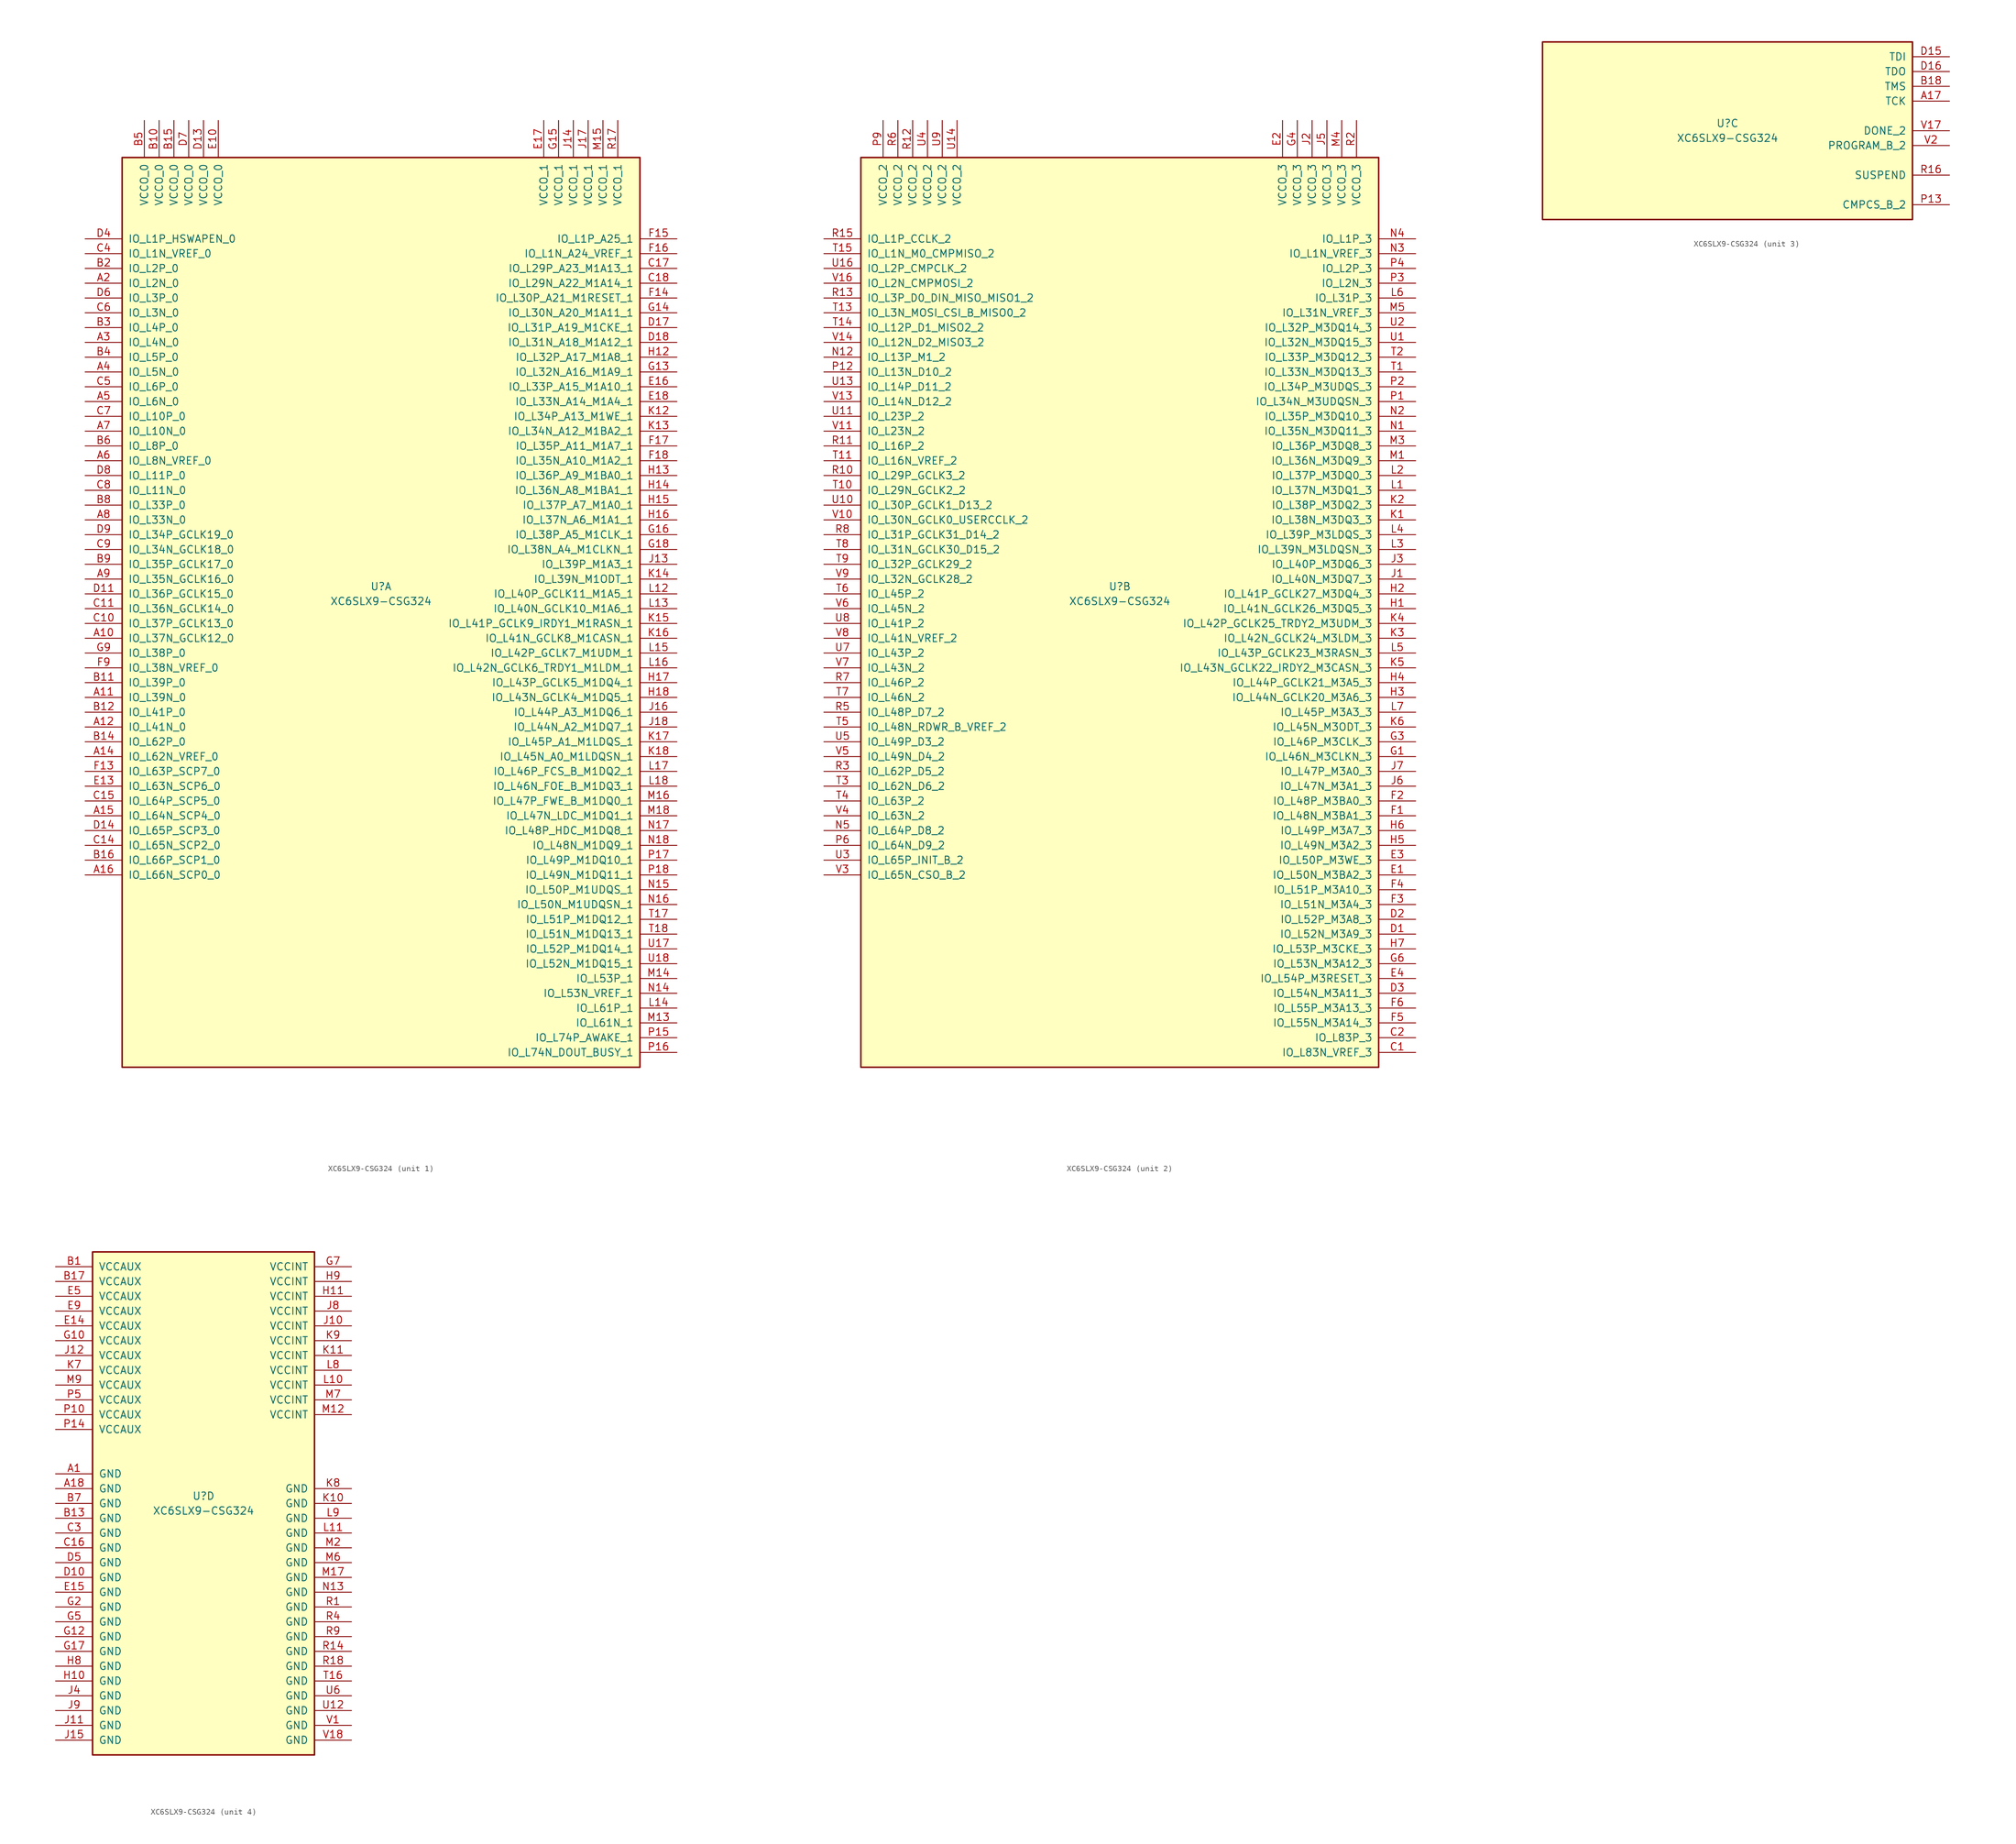
<source format=kicad_sym>
(kicad_symbol_lib
  (version 20201005)
  (generator kicad_symbol_editor)
  (symbol "XC6SLX9-CSG324"
    (pin_names
      (offset 1.016))
    (property "Reference" "U"
      (at 0 1.27 0)
      (effects (font (size 1.27 1.27))))
    (property "Value" "XC6SLX9-CSG324"
      (at 0 -1.27 0)
      (effects (font (size 1.27 1.27))))
    (property "Datasheet" ""
      (at 0 0 0)
      (effects (font (size 1.27 1.27))))
    (property "ki_locked" ""
      (at 0 0 0)
      (effects (font (size 1.27 1.27))))
    (symbol "XC6SLX9-CSG324_1_1"
      (rectangle (start -44.45 74.93) (end 44.45 -81.28) (stroke (width 0.254)) (fill (type background)))
      (pin bidirectional line (at -50.8 -7.62 0) (length 6.35) (name "IO_L37N_GCLK12_0" (effects (font (size 1.27 1.27)))) (number "A10" (effects (font (size 1.27 1.27)))))
      (pin bidirectional line (at -50.8 -17.78 0) (length 6.35) (name "IO_L39N_0" (effects (font (size 1.27 1.27)))) (number "A11" (effects (font (size 1.27 1.27)))))
      (pin bidirectional line (at -50.8 -22.86 0) (length 6.35) (name "IO_L41N_0" (effects (font (size 1.27 1.27)))) (number "A12" (effects (font (size 1.27 1.27)))))
      (pin bidirectional line (at -50.8 -27.94 0) (length 6.35) (name "IO_L62N_VREF_0" (effects (font (size 1.27 1.27)))) (number "A14" (effects (font (size 1.27 1.27)))))
      (pin bidirectional line (at -50.8 -38.1 0) (length 6.35) (name "IO_L64N_SCP4_0" (effects (font (size 1.27 1.27)))) (number "A15" (effects (font (size 1.27 1.27)))))
      (pin bidirectional line (at -50.8 -48.26 0) (length 6.35) (name "IO_L66N_SCP0_0" (effects (font (size 1.27 1.27)))) (number "A16" (effects (font (size 1.27 1.27)))))
      (pin bidirectional line (at -50.8 53.34 0) (length 6.35) (name "IO_L2N_0" (effects (font (size 1.27 1.27)))) (number "A2" (effects (font (size 1.27 1.27)))))
      (pin bidirectional line (at -50.8 43.18 0) (length 6.35) (name "IO_L4N_0" (effects (font (size 1.27 1.27)))) (number "A3" (effects (font (size 1.27 1.27)))))
      (pin bidirectional line (at -50.8 38.1 0) (length 6.35) (name "IO_L5N_0" (effects (font (size 1.27 1.27)))) (number "A4" (effects (font (size 1.27 1.27)))))
      (pin bidirectional line (at -50.8 33.02 0) (length 6.35) (name "IO_L6N_0" (effects (font (size 1.27 1.27)))) (number "A5" (effects (font (size 1.27 1.27)))))
      (pin bidirectional line (at -50.8 22.86 0) (length 6.35) (name "IO_L8N_VREF_0" (effects (font (size 1.27 1.27)))) (number "A6" (effects (font (size 1.27 1.27)))))
      (pin bidirectional line (at -50.8 27.94 0) (length 6.35) (name "IO_L10N_0" (effects (font (size 1.27 1.27)))) (number "A7" (effects (font (size 1.27 1.27)))))
      (pin bidirectional line (at -50.8 12.7 0) (length 6.35) (name "IO_L33N_0" (effects (font (size 1.27 1.27)))) (number "A8" (effects (font (size 1.27 1.27)))))
      (pin bidirectional line (at -50.8 2.54 0) (length 6.35) (name "IO_L35N_GCLK16_0" (effects (font (size 1.27 1.27)))) (number "A9" (effects (font (size 1.27 1.27)))))
      (pin power_in line (at -38.1 81.28 270) (length 6.35) (name "VCCO_0" (effects (font (size 1.27 1.27)))) (number "B10" (effects (font (size 1.27 1.27)))))
      (pin bidirectional line (at -50.8 -15.24 0) (length 6.35) (name "IO_L39P_0" (effects (font (size 1.27 1.27)))) (number "B11" (effects (font (size 1.27 1.27)))))
      (pin bidirectional line (at -50.8 -20.32 0) (length 6.35) (name "IO_L41P_0" (effects (font (size 1.27 1.27)))) (number "B12" (effects (font (size 1.27 1.27)))))
      (pin bidirectional line (at -50.8 -25.4 0) (length 6.35) (name "IO_L62P_0" (effects (font (size 1.27 1.27)))) (number "B14" (effects (font (size 1.27 1.27)))))
      (pin power_in line (at -35.56 81.28 270) (length 6.35) (name "VCCO_0" (effects (font (size 1.27 1.27)))) (number "B15" (effects (font (size 1.27 1.27)))))
      (pin bidirectional line (at -50.8 -45.72 0) (length 6.35) (name "IO_L66P_SCP1_0" (effects (font (size 1.27 1.27)))) (number "B16" (effects (font (size 1.27 1.27)))))
      (pin bidirectional line (at -50.8 55.88 0) (length 6.35) (name "IO_L2P_0" (effects (font (size 1.27 1.27)))) (number "B2" (effects (font (size 1.27 1.27)))))
      (pin bidirectional line (at -50.8 45.72 0) (length 6.35) (name "IO_L4P_0" (effects (font (size 1.27 1.27)))) (number "B3" (effects (font (size 1.27 1.27)))))
      (pin bidirectional line (at -50.8 40.64 0) (length 6.35) (name "IO_L5P_0" (effects (font (size 1.27 1.27)))) (number "B4" (effects (font (size 1.27 1.27)))))
      (pin power_in line (at -40.64 81.28 270) (length 6.35) (name "VCCO_0" (effects (font (size 1.27 1.27)))) (number "B5" (effects (font (size 1.27 1.27)))))
      (pin bidirectional line (at -50.8 25.4 0) (length 6.35) (name "IO_L8P_0" (effects (font (size 1.27 1.27)))) (number "B6" (effects (font (size 1.27 1.27)))))
      (pin bidirectional line (at -50.8 15.24 0) (length 6.35) (name "IO_L33P_0" (effects (font (size 1.27 1.27)))) (number "B8" (effects (font (size 1.27 1.27)))))
      (pin bidirectional line (at -50.8 5.08 0) (length 6.35) (name "IO_L35P_GCLK17_0" (effects (font (size 1.27 1.27)))) (number "B9" (effects (font (size 1.27 1.27)))))
      (pin bidirectional line (at -50.8 -5.08 0) (length 6.35) (name "IO_L37P_GCLK13_0" (effects (font (size 1.27 1.27)))) (number "C10" (effects (font (size 1.27 1.27)))))
      (pin bidirectional line (at -50.8 -2.54 0) (length 6.35) (name "IO_L36N_GCLK14_0" (effects (font (size 1.27 1.27)))) (number "C11" (effects (font (size 1.27 1.27)))))
      (pin bidirectional line (at -50.8 -43.18 0) (length 6.35) (name "IO_L65N_SCP2_0" (effects (font (size 1.27 1.27)))) (number "C14" (effects (font (size 1.27 1.27)))))
      (pin bidirectional line (at -50.8 -35.56 0) (length 6.35) (name "IO_L64P_SCP5_0" (effects (font (size 1.27 1.27)))) (number "C15" (effects (font (size 1.27 1.27)))))
      (pin bidirectional line (at 50.8 55.88 180) (length 6.35) (name "IO_L29P_A23_M1A13_1" (effects (font (size 1.27 1.27)))) (number "C17" (effects (font (size 1.27 1.27)))))
      (pin bidirectional line (at 50.8 53.34 180) (length 6.35) (name "IO_L29N_A22_M1A14_1" (effects (font (size 1.27 1.27)))) (number "C18" (effects (font (size 1.27 1.27)))))
      (pin bidirectional line (at -50.8 58.42 0) (length 6.35) (name "IO_L1N_VREF_0" (effects (font (size 1.27 1.27)))) (number "C4" (effects (font (size 1.27 1.27)))))
      (pin bidirectional line (at -50.8 35.56 0) (length 6.35) (name "IO_L6P_0" (effects (font (size 1.27 1.27)))) (number "C5" (effects (font (size 1.27 1.27)))))
      (pin bidirectional line (at -50.8 48.26 0) (length 6.35) (name "IO_L3N_0" (effects (font (size 1.27 1.27)))) (number "C6" (effects (font (size 1.27 1.27)))))
      (pin bidirectional line (at -50.8 30.48 0) (length 6.35) (name "IO_L10P_0" (effects (font (size 1.27 1.27)))) (number "C7" (effects (font (size 1.27 1.27)))))
      (pin bidirectional line (at -50.8 17.78 0) (length 6.35) (name "IO_L11N_0" (effects (font (size 1.27 1.27)))) (number "C8" (effects (font (size 1.27 1.27)))))
      (pin bidirectional line (at -50.8 7.62 0) (length 6.35) (name "IO_L34N_GCLK18_0" (effects (font (size 1.27 1.27)))) (number "C9" (effects (font (size 1.27 1.27)))))
      (pin bidirectional line (at -50.8 0 0) (length 6.35) (name "IO_L36P_GCLK15_0" (effects (font (size 1.27 1.27)))) (number "D11" (effects (font (size 1.27 1.27)))))
      (pin power_in line (at -30.48 81.28 270) (length 6.35) (name "VCCO_0" (effects (font (size 1.27 1.27)))) (number "D13" (effects (font (size 1.27 1.27)))))
      (pin bidirectional line (at -50.8 -40.64 0) (length 6.35) (name "IO_L65P_SCP3_0" (effects (font (size 1.27 1.27)))) (number "D14" (effects (font (size 1.27 1.27)))))
      (pin bidirectional line (at 50.8 45.72 180) (length 6.35) (name "IO_L31P_A19_M1CKE_1" (effects (font (size 1.27 1.27)))) (number "D17" (effects (font (size 1.27 1.27)))))
      (pin bidirectional line (at 50.8 43.18 180) (length 6.35) (name "IO_L31N_A18_M1A12_1" (effects (font (size 1.27 1.27)))) (number "D18" (effects (font (size 1.27 1.27)))))
      (pin bidirectional line (at -50.8 60.96 0) (length 6.35) (name "IO_L1P_HSWAPEN_0" (effects (font (size 1.27 1.27)))) (number "D4" (effects (font (size 1.27 1.27)))))
      (pin bidirectional line (at -50.8 50.8 0) (length 6.35) (name "IO_L3P_0" (effects (font (size 1.27 1.27)))) (number "D6" (effects (font (size 1.27 1.27)))))
      (pin power_in line (at -33.02 81.28 270) (length 6.35) (name "VCCO_0" (effects (font (size 1.27 1.27)))) (number "D7" (effects (font (size 1.27 1.27)))))
      (pin bidirectional line (at -50.8 20.32 0) (length 6.35) (name "IO_L11P_0" (effects (font (size 1.27 1.27)))) (number "D8" (effects (font (size 1.27 1.27)))))
      (pin bidirectional line (at -50.8 10.16 0) (length 6.35) (name "IO_L34P_GCLK19_0" (effects (font (size 1.27 1.27)))) (number "D9" (effects (font (size 1.27 1.27)))))
      (pin power_in line (at -27.94 81.28 270) (length 6.35) (name "VCCO_0" (effects (font (size 1.27 1.27)))) (number "E10" (effects (font (size 1.27 1.27)))))
      (pin bidirectional line (at -50.8 -33.02 0) (length 6.35) (name "IO_L63N_SCP6_0" (effects (font (size 1.27 1.27)))) (number "E13" (effects (font (size 1.27 1.27)))))
      (pin bidirectional line (at 50.8 35.56 180) (length 6.35) (name "IO_L33P_A15_M1A10_1" (effects (font (size 1.27 1.27)))) (number "E16" (effects (font (size 1.27 1.27)))))
      (pin power_in line (at 27.94 81.28 270) (length 6.35) (name "VCCO_1" (effects (font (size 1.27 1.27)))) (number "E17" (effects (font (size 1.27 1.27)))))
      (pin bidirectional line (at 50.8 33.02 180) (length 6.35) (name "IO_L33N_A14_M1A4_1" (effects (font (size 1.27 1.27)))) (number "E18" (effects (font (size 1.27 1.27)))))
      (pin bidirectional line (at -50.8 -30.48 0) (length 6.35) (name "IO_L63P_SCP7_0" (effects (font (size 1.27 1.27)))) (number "F13" (effects (font (size 1.27 1.27)))))
      (pin bidirectional line (at 50.8 50.8 180) (length 6.35) (name "IO_L30P_A21_M1RESET_1" (effects (font (size 1.27 1.27)))) (number "F14" (effects (font (size 1.27 1.27)))))
      (pin bidirectional line (at 50.8 60.96 180) (length 6.35) (name "IO_L1P_A25_1" (effects (font (size 1.27 1.27)))) (number "F15" (effects (font (size 1.27 1.27)))))
      (pin bidirectional line (at 50.8 58.42 180) (length 6.35) (name "IO_L1N_A24_VREF_1" (effects (font (size 1.27 1.27)))) (number "F16" (effects (font (size 1.27 1.27)))))
      (pin bidirectional line (at 50.8 25.4 180) (length 6.35) (name "IO_L35P_A11_M1A7_1" (effects (font (size 1.27 1.27)))) (number "F17" (effects (font (size 1.27 1.27)))))
      (pin bidirectional line (at 50.8 22.86 180) (length 6.35) (name "IO_L35N_A10_M1A2_1" (effects (font (size 1.27 1.27)))) (number "F18" (effects (font (size 1.27 1.27)))))
      (pin bidirectional line (at -50.8 -12.7 0) (length 6.35) (name "IO_L38N_VREF_0" (effects (font (size 1.27 1.27)))) (number "F9" (effects (font (size 1.27 1.27)))))
      (pin bidirectional line (at 50.8 38.1 180) (length 6.35) (name "IO_L32N_A16_M1A9_1" (effects (font (size 1.27 1.27)))) (number "G13" (effects (font (size 1.27 1.27)))))
      (pin bidirectional line (at 50.8 48.26 180) (length 6.35) (name "IO_L30N_A20_M1A11_1" (effects (font (size 1.27 1.27)))) (number "G14" (effects (font (size 1.27 1.27)))))
      (pin power_in line (at 30.48 81.28 270) (length 6.35) (name "VCCO_1" (effects (font (size 1.27 1.27)))) (number "G15" (effects (font (size 1.27 1.27)))))
      (pin bidirectional line (at 50.8 10.16 180) (length 6.35) (name "IO_L38P_A5_M1CLK_1" (effects (font (size 1.27 1.27)))) (number "G16" (effects (font (size 1.27 1.27)))))
      (pin bidirectional line (at 50.8 7.62 180) (length 6.35) (name "IO_L38N_A4_M1CLKN_1" (effects (font (size 1.27 1.27)))) (number "G18" (effects (font (size 1.27 1.27)))))
      (pin bidirectional line (at -50.8 -10.16 0) (length 6.35) (name "IO_L38P_0" (effects (font (size 1.27 1.27)))) (number "G9" (effects (font (size 1.27 1.27)))))
      (pin bidirectional line (at 50.8 40.64 180) (length 6.35) (name "IO_L32P_A17_M1A8_1" (effects (font (size 1.27 1.27)))) (number "H12" (effects (font (size 1.27 1.27)))))
      (pin bidirectional line (at 50.8 20.32 180) (length 6.35) (name "IO_L36P_A9_M1BA0_1" (effects (font (size 1.27 1.27)))) (number "H13" (effects (font (size 1.27 1.27)))))
      (pin bidirectional line (at 50.8 17.78 180) (length 6.35) (name "IO_L36N_A8_M1BA1_1" (effects (font (size 1.27 1.27)))) (number "H14" (effects (font (size 1.27 1.27)))))
      (pin bidirectional line (at 50.8 15.24 180) (length 6.35) (name "IO_L37P_A7_M1A0_1" (effects (font (size 1.27 1.27)))) (number "H15" (effects (font (size 1.27 1.27)))))
      (pin bidirectional line (at 50.8 12.7 180) (length 6.35) (name "IO_L37N_A6_M1A1_1" (effects (font (size 1.27 1.27)))) (number "H16" (effects (font (size 1.27 1.27)))))
      (pin bidirectional line (at 50.8 -15.24 180) (length 6.35) (name "IO_L43P_GCLK5_M1DQ4_1" (effects (font (size 1.27 1.27)))) (number "H17" (effects (font (size 1.27 1.27)))))
      (pin bidirectional line (at 50.8 -17.78 180) (length 6.35) (name "IO_L43N_GCLK4_M1DQ5_1" (effects (font (size 1.27 1.27)))) (number "H18" (effects (font (size 1.27 1.27)))))
      (pin bidirectional line (at 50.8 5.08 180) (length 6.35) (name "IO_L39P_M1A3_1" (effects (font (size 1.27 1.27)))) (number "J13" (effects (font (size 1.27 1.27)))))
      (pin power_in line (at 33.02 81.28 270) (length 6.35) (name "VCCO_1" (effects (font (size 1.27 1.27)))) (number "J14" (effects (font (size 1.27 1.27)))))
      (pin bidirectional line (at 50.8 -20.32 180) (length 6.35) (name "IO_L44P_A3_M1DQ6_1" (effects (font (size 1.27 1.27)))) (number "J16" (effects (font (size 1.27 1.27)))))
      (pin power_in line (at 35.56 81.28 270) (length 6.35) (name "VCCO_1" (effects (font (size 1.27 1.27)))) (number "J17" (effects (font (size 1.27 1.27)))))
      (pin bidirectional line (at 50.8 -22.86 180) (length 6.35) (name "IO_L44N_A2_M1DQ7_1" (effects (font (size 1.27 1.27)))) (number "J18" (effects (font (size 1.27 1.27)))))
      (pin bidirectional line (at 50.8 30.48 180) (length 6.35) (name "IO_L34P_A13_M1WE_1" (effects (font (size 1.27 1.27)))) (number "K12" (effects (font (size 1.27 1.27)))))
      (pin bidirectional line (at 50.8 27.94 180) (length 6.35) (name "IO_L34N_A12_M1BA2_1" (effects (font (size 1.27 1.27)))) (number "K13" (effects (font (size 1.27 1.27)))))
      (pin bidirectional line (at 50.8 2.54 180) (length 6.35) (name "IO_L39N_M1ODT_1" (effects (font (size 1.27 1.27)))) (number "K14" (effects (font (size 1.27 1.27)))))
      (pin bidirectional line (at 50.8 -5.08 180) (length 6.35) (name "IO_L41P_GCLK9_IRDY1_M1RASN_1" (effects (font (size 1.27 1.27)))) (number "K15" (effects (font (size 1.27 1.27)))))
      (pin bidirectional line (at 50.8 -7.62 180) (length 6.35) (name "IO_L41N_GCLK8_M1CASN_1" (effects (font (size 1.27 1.27)))) (number "K16" (effects (font (size 1.27 1.27)))))
      (pin bidirectional line (at 50.8 -25.4 180) (length 6.35) (name "IO_L45P_A1_M1LDQS_1" (effects (font (size 1.27 1.27)))) (number "K17" (effects (font (size 1.27 1.27)))))
      (pin bidirectional line (at 50.8 -27.94 180) (length 6.35) (name "IO_L45N_A0_M1LDQSN_1" (effects (font (size 1.27 1.27)))) (number "K18" (effects (font (size 1.27 1.27)))))
      (pin bidirectional line (at 50.8 0 180) (length 6.35) (name "IO_L40P_GCLK11_M1A5_1" (effects (font (size 1.27 1.27)))) (number "L12" (effects (font (size 1.27 1.27)))))
      (pin bidirectional line (at 50.8 -2.54 180) (length 6.35) (name "IO_L40N_GCLK10_M1A6_1" (effects (font (size 1.27 1.27)))) (number "L13" (effects (font (size 1.27 1.27)))))
      (pin bidirectional line (at 50.8 -71.12 180) (length 6.35) (name "IO_L61P_1" (effects (font (size 1.27 1.27)))) (number "L14" (effects (font (size 1.27 1.27)))))
      (pin bidirectional line (at 50.8 -10.16 180) (length 6.35) (name "IO_L42P_GCLK7_M1UDM_1" (effects (font (size 1.27 1.27)))) (number "L15" (effects (font (size 1.27 1.27)))))
      (pin bidirectional line (at 50.8 -12.7 180) (length 6.35) (name "IO_L42N_GCLK6_TRDY1_M1LDM_1" (effects (font (size 1.27 1.27)))) (number "L16" (effects (font (size 1.27 1.27)))))
      (pin bidirectional line (at 50.8 -30.48 180) (length 6.35) (name "IO_L46P_FCS_B_M1DQ2_1" (effects (font (size 1.27 1.27)))) (number "L17" (effects (font (size 1.27 1.27)))))
      (pin bidirectional line (at 50.8 -33.02 180) (length 6.35) (name "IO_L46N_FOE_B_M1DQ3_1" (effects (font (size 1.27 1.27)))) (number "L18" (effects (font (size 1.27 1.27)))))
      (pin bidirectional line (at 50.8 -73.66 180) (length 6.35) (name "IO_L61N_1" (effects (font (size 1.27 1.27)))) (number "M13" (effects (font (size 1.27 1.27)))))
      (pin bidirectional line (at 50.8 -66.04 180) (length 6.35) (name "IO_L53P_1" (effects (font (size 1.27 1.27)))) (number "M14" (effects (font (size 1.27 1.27)))))
      (pin power_in line (at 38.1 81.28 270) (length 6.35) (name "VCCO_1" (effects (font (size 1.27 1.27)))) (number "M15" (effects (font (size 1.27 1.27)))))
      (pin bidirectional line (at 50.8 -35.56 180) (length 6.35) (name "IO_L47P_FWE_B_M1DQ0_1" (effects (font (size 1.27 1.27)))) (number "M16" (effects (font (size 1.27 1.27)))))
      (pin bidirectional line (at 50.8 -38.1 180) (length 6.35) (name "IO_L47N_LDC_M1DQ1_1" (effects (font (size 1.27 1.27)))) (number "M18" (effects (font (size 1.27 1.27)))))
      (pin bidirectional line (at 50.8 -68.58 180) (length 6.35) (name "IO_L53N_VREF_1" (effects (font (size 1.27 1.27)))) (number "N14" (effects (font (size 1.27 1.27)))))
      (pin bidirectional line (at 50.8 -50.8 180) (length 6.35) (name "IO_L50P_M1UDQS_1" (effects (font (size 1.27 1.27)))) (number "N15" (effects (font (size 1.27 1.27)))))
      (pin bidirectional line (at 50.8 -53.34 180) (length 6.35) (name "IO_L50N_M1UDQSN_1" (effects (font (size 1.27 1.27)))) (number "N16" (effects (font (size 1.27 1.27)))))
      (pin bidirectional line (at 50.8 -40.64 180) (length 6.35) (name "IO_L48P_HDC_M1DQ8_1" (effects (font (size 1.27 1.27)))) (number "N17" (effects (font (size 1.27 1.27)))))
      (pin bidirectional line (at 50.8 -43.18 180) (length 6.35) (name "IO_L48N_M1DQ9_1" (effects (font (size 1.27 1.27)))) (number "N18" (effects (font (size 1.27 1.27)))))
      (pin bidirectional line (at 50.8 -76.2 180) (length 6.35) (name "IO_L74P_AWAKE_1" (effects (font (size 1.27 1.27)))) (number "P15" (effects (font (size 1.27 1.27)))))
      (pin bidirectional line (at 50.8 -78.74 180) (length 6.35) (name "IO_L74N_DOUT_BUSY_1" (effects (font (size 1.27 1.27)))) (number "P16" (effects (font (size 1.27 1.27)))))
      (pin bidirectional line (at 50.8 -45.72 180) (length 6.35) (name "IO_L49P_M1DQ10_1" (effects (font (size 1.27 1.27)))) (number "P17" (effects (font (size 1.27 1.27)))))
      (pin bidirectional line (at 50.8 -48.26 180) (length 6.35) (name "IO_L49N_M1DQ11_1" (effects (font (size 1.27 1.27)))) (number "P18" (effects (font (size 1.27 1.27)))))
      (pin power_in line (at 40.64 81.28 270) (length 6.35) (name "VCCO_1" (effects (font (size 1.27 1.27)))) (number "R17" (effects (font (size 1.27 1.27)))))
      (pin bidirectional line (at 50.8 -55.88 180) (length 6.35) (name "IO_L51P_M1DQ12_1" (effects (font (size 1.27 1.27)))) (number "T17" (effects (font (size 1.27 1.27)))))
      (pin bidirectional line (at 50.8 -58.42 180) (length 6.35) (name "IO_L51N_M1DQ13_1" (effects (font (size 1.27 1.27)))) (number "T18" (effects (font (size 1.27 1.27)))))
      (pin bidirectional line (at 50.8 -60.96 180) (length 6.35) (name "IO_L52P_M1DQ14_1" (effects (font (size 1.27 1.27)))) (number "U17" (effects (font (size 1.27 1.27)))))
      (pin bidirectional line (at 50.8 -63.5 180) (length 6.35) (name "IO_L52N_M1DQ15_1" (effects (font (size 1.27 1.27)))) (number "U18" (effects (font (size 1.27 1.27))))))
    (symbol "XC6SLX9-CSG324_2_1"
      (rectangle (start -44.45 74.93) (end 44.45 -81.28) (stroke (width 0.254)) (fill (type background)))
      (pin bidirectional line (at 50.8 -78.74 180) (length 6.35) (name "IO_L83N_VREF_3" (effects (font (size 1.27 1.27)))) (number "C1" (effects (font (size 1.27 1.27)))))
      (pin bidirectional line (at 50.8 -76.2 180) (length 6.35) (name "IO_L83P_3" (effects (font (size 1.27 1.27)))) (number "C2" (effects (font (size 1.27 1.27)))))
      (pin bidirectional line (at 50.8 -58.42 180) (length 6.35) (name "IO_L52N_M3A9_3" (effects (font (size 1.27 1.27)))) (number "D1" (effects (font (size 1.27 1.27)))))
      (pin bidirectional line (at 50.8 -55.88 180) (length 6.35) (name "IO_L52P_M3A8_3" (effects (font (size 1.27 1.27)))) (number "D2" (effects (font (size 1.27 1.27)))))
      (pin bidirectional line (at 50.8 -68.58 180) (length 6.35) (name "IO_L54N_M3A11_3" (effects (font (size 1.27 1.27)))) (number "D3" (effects (font (size 1.27 1.27)))))
      (pin bidirectional line (at 50.8 -48.26 180) (length 6.35) (name "IO_L50N_M3BA2_3" (effects (font (size 1.27 1.27)))) (number "E1" (effects (font (size 1.27 1.27)))))
      (pin power_in line (at 27.94 81.28 270) (length 6.35) (name "VCCO_3" (effects (font (size 1.27 1.27)))) (number "E2" (effects (font (size 1.27 1.27)))))
      (pin bidirectional line (at 50.8 -45.72 180) (length 6.35) (name "IO_L50P_M3WE_3" (effects (font (size 1.27 1.27)))) (number "E3" (effects (font (size 1.27 1.27)))))
      (pin bidirectional line (at 50.8 -66.04 180) (length 6.35) (name "IO_L54P_M3RESET_3" (effects (font (size 1.27 1.27)))) (number "E4" (effects (font (size 1.27 1.27)))))
      (pin bidirectional line (at 50.8 -38.1 180) (length 6.35) (name "IO_L48N_M3BA1_3" (effects (font (size 1.27 1.27)))) (number "F1" (effects (font (size 1.27 1.27)))))
      (pin bidirectional line (at 50.8 -35.56 180) (length 6.35) (name "IO_L48P_M3BA0_3" (effects (font (size 1.27 1.27)))) (number "F2" (effects (font (size 1.27 1.27)))))
      (pin bidirectional line (at 50.8 -53.34 180) (length 6.35) (name "IO_L51N_M3A4_3" (effects (font (size 1.27 1.27)))) (number "F3" (effects (font (size 1.27 1.27)))))
      (pin bidirectional line (at 50.8 -50.8 180) (length 6.35) (name "IO_L51P_M3A10_3" (effects (font (size 1.27 1.27)))) (number "F4" (effects (font (size 1.27 1.27)))))
      (pin bidirectional line (at 50.8 -73.66 180) (length 6.35) (name "IO_L55N_M3A14_3" (effects (font (size 1.27 1.27)))) (number "F5" (effects (font (size 1.27 1.27)))))
      (pin bidirectional line (at 50.8 -71.12 180) (length 6.35) (name "IO_L55P_M3A13_3" (effects (font (size 1.27 1.27)))) (number "F6" (effects (font (size 1.27 1.27)))))
      (pin bidirectional line (at 50.8 -27.94 180) (length 6.35) (name "IO_L46N_M3CLKN_3" (effects (font (size 1.27 1.27)))) (number "G1" (effects (font (size 1.27 1.27)))))
      (pin bidirectional line (at 50.8 -25.4 180) (length 6.35) (name "IO_L46P_M3CLK_3" (effects (font (size 1.27 1.27)))) (number "G3" (effects (font (size 1.27 1.27)))))
      (pin power_in line (at 30.48 81.28 270) (length 6.35) (name "VCCO_3" (effects (font (size 1.27 1.27)))) (number "G4" (effects (font (size 1.27 1.27)))))
      (pin bidirectional line (at 50.8 -63.5 180) (length 6.35) (name "IO_L53N_M3A12_3" (effects (font (size 1.27 1.27)))) (number "G6" (effects (font (size 1.27 1.27)))))
      (pin bidirectional line (at 50.8 -2.54 180) (length 6.35) (name "IO_L41N_GCLK26_M3DQ5_3" (effects (font (size 1.27 1.27)))) (number "H1" (effects (font (size 1.27 1.27)))))
      (pin bidirectional line (at 50.8 0 180) (length 6.35) (name "IO_L41P_GCLK27_M3DQ4_3" (effects (font (size 1.27 1.27)))) (number "H2" (effects (font (size 1.27 1.27)))))
      (pin bidirectional line (at 50.8 -17.78 180) (length 6.35) (name "IO_L44N_GCLK20_M3A6_3" (effects (font (size 1.27 1.27)))) (number "H3" (effects (font (size 1.27 1.27)))))
      (pin bidirectional line (at 50.8 -15.24 180) (length 6.35) (name "IO_L44P_GCLK21_M3A5_3" (effects (font (size 1.27 1.27)))) (number "H4" (effects (font (size 1.27 1.27)))))
      (pin bidirectional line (at 50.8 -43.18 180) (length 6.35) (name "IO_L49N_M3A2_3" (effects (font (size 1.27 1.27)))) (number "H5" (effects (font (size 1.27 1.27)))))
      (pin bidirectional line (at 50.8 -40.64 180) (length 6.35) (name "IO_L49P_M3A7_3" (effects (font (size 1.27 1.27)))) (number "H6" (effects (font (size 1.27 1.27)))))
      (pin bidirectional line (at 50.8 -60.96 180) (length 6.35) (name "IO_L53P_M3CKE_3" (effects (font (size 1.27 1.27)))) (number "H7" (effects (font (size 1.27 1.27)))))
      (pin bidirectional line (at 50.8 2.54 180) (length 6.35) (name "IO_L40N_M3DQ7_3" (effects (font (size 1.27 1.27)))) (number "J1" (effects (font (size 1.27 1.27)))))
      (pin power_in line (at 33.02 81.28 270) (length 6.35) (name "VCCO_3" (effects (font (size 1.27 1.27)))) (number "J2" (effects (font (size 1.27 1.27)))))
      (pin bidirectional line (at 50.8 5.08 180) (length 6.35) (name "IO_L40P_M3DQ6_3" (effects (font (size 1.27 1.27)))) (number "J3" (effects (font (size 1.27 1.27)))))
      (pin power_in line (at 35.56 81.28 270) (length 6.35) (name "VCCO_3" (effects (font (size 1.27 1.27)))) (number "J5" (effects (font (size 1.27 1.27)))))
      (pin bidirectional line (at 50.8 -33.02 180) (length 6.35) (name "IO_L47N_M3A1_3" (effects (font (size 1.27 1.27)))) (number "J6" (effects (font (size 1.27 1.27)))))
      (pin bidirectional line (at 50.8 -30.48 180) (length 6.35) (name "IO_L47P_M3A0_3" (effects (font (size 1.27 1.27)))) (number "J7" (effects (font (size 1.27 1.27)))))
      (pin bidirectional line (at 50.8 12.7 180) (length 6.35) (name "IO_L38N_M3DQ3_3" (effects (font (size 1.27 1.27)))) (number "K1" (effects (font (size 1.27 1.27)))))
      (pin bidirectional line (at 50.8 15.24 180) (length 6.35) (name "IO_L38P_M3DQ2_3" (effects (font (size 1.27 1.27)))) (number "K2" (effects (font (size 1.27 1.27)))))
      (pin bidirectional line (at 50.8 -7.62 180) (length 6.35) (name "IO_L42N_GCLK24_M3LDM_3" (effects (font (size 1.27 1.27)))) (number "K3" (effects (font (size 1.27 1.27)))))
      (pin bidirectional line (at 50.8 -5.08 180) (length 6.35) (name "IO_L42P_GCLK25_TRDY2_M3UDM_3" (effects (font (size 1.27 1.27)))) (number "K4" (effects (font (size 1.27 1.27)))))
      (pin bidirectional line (at 50.8 -12.7 180) (length 6.35) (name "IO_L43N_GCLK22_IRDY2_M3CASN_3" (effects (font (size 1.27 1.27)))) (number "K5" (effects (font (size 1.27 1.27)))))
      (pin bidirectional line (at 50.8 -22.86 180) (length 6.35) (name "IO_L45N_M3ODT_3" (effects (font (size 1.27 1.27)))) (number "K6" (effects (font (size 1.27 1.27)))))
      (pin bidirectional line (at 50.8 17.78 180) (length 6.35) (name "IO_L37N_M3DQ1_3" (effects (font (size 1.27 1.27)))) (number "L1" (effects (font (size 1.27 1.27)))))
      (pin bidirectional line (at 50.8 20.32 180) (length 6.35) (name "IO_L37P_M3DQ0_3" (effects (font (size 1.27 1.27)))) (number "L2" (effects (font (size 1.27 1.27)))))
      (pin bidirectional line (at 50.8 7.62 180) (length 6.35) (name "IO_L39N_M3LDQSN_3" (effects (font (size 1.27 1.27)))) (number "L3" (effects (font (size 1.27 1.27)))))
      (pin bidirectional line (at 50.8 10.16 180) (length 6.35) (name "IO_L39P_M3LDQS_3" (effects (font (size 1.27 1.27)))) (number "L4" (effects (font (size 1.27 1.27)))))
      (pin bidirectional line (at 50.8 -10.16 180) (length 6.35) (name "IO_L43P_GCLK23_M3RASN_3" (effects (font (size 1.27 1.27)))) (number "L5" (effects (font (size 1.27 1.27)))))
      (pin bidirectional line (at 50.8 50.8 180) (length 6.35) (name "IO_L31P_3" (effects (font (size 1.27 1.27)))) (number "L6" (effects (font (size 1.27 1.27)))))
      (pin bidirectional line (at 50.8 -20.32 180) (length 6.35) (name "IO_L45P_M3A3_3" (effects (font (size 1.27 1.27)))) (number "L7" (effects (font (size 1.27 1.27)))))
      (pin bidirectional line (at 50.8 22.86 180) (length 6.35) (name "IO_L36N_M3DQ9_3" (effects (font (size 1.27 1.27)))) (number "M1" (effects (font (size 1.27 1.27)))))
      (pin bidirectional line (at 50.8 25.4 180) (length 6.35) (name "IO_L36P_M3DQ8_3" (effects (font (size 1.27 1.27)))) (number "M3" (effects (font (size 1.27 1.27)))))
      (pin power_in line (at 38.1 81.28 270) (length 6.35) (name "VCCO_3" (effects (font (size 1.27 1.27)))) (number "M4" (effects (font (size 1.27 1.27)))))
      (pin bidirectional line (at 50.8 48.26 180) (length 6.35) (name "IO_L31N_VREF_3" (effects (font (size 1.27 1.27)))) (number "M5" (effects (font (size 1.27 1.27)))))
      (pin bidirectional line (at 50.8 27.94 180) (length 6.35) (name "IO_L35N_M3DQ11_3" (effects (font (size 1.27 1.27)))) (number "N1" (effects (font (size 1.27 1.27)))))
      (pin bidirectional line (at -50.8 40.64 0) (length 6.35) (name "IO_L13P_M1_2" (effects (font (size 1.27 1.27)))) (number "N12" (effects (font (size 1.27 1.27)))))
      (pin bidirectional line (at 50.8 30.48 180) (length 6.35) (name "IO_L35P_M3DQ10_3" (effects (font (size 1.27 1.27)))) (number "N2" (effects (font (size 1.27 1.27)))))
      (pin bidirectional line (at 50.8 58.42 180) (length 6.35) (name "IO_L1N_VREF_3" (effects (font (size 1.27 1.27)))) (number "N3" (effects (font (size 1.27 1.27)))))
      (pin bidirectional line (at 50.8 60.96 180) (length 6.35) (name "IO_L1P_3" (effects (font (size 1.27 1.27)))) (number "N4" (effects (font (size 1.27 1.27)))))
      (pin bidirectional line (at -50.8 -40.64 0) (length 6.35) (name "IO_L64P_D8_2" (effects (font (size 1.27 1.27)))) (number "N5" (effects (font (size 1.27 1.27)))))
      (pin bidirectional line (at 50.8 33.02 180) (length 6.35) (name "IO_L34N_M3UDQSN_3" (effects (font (size 1.27 1.27)))) (number "P1" (effects (font (size 1.27 1.27)))))
      (pin bidirectional line (at -50.8 38.1 0) (length 6.35) (name "IO_L13N_D10_2" (effects (font (size 1.27 1.27)))) (number "P12" (effects (font (size 1.27 1.27)))))
      (pin bidirectional line (at 50.8 35.56 180) (length 6.35) (name "IO_L34P_M3UDQS_3" (effects (font (size 1.27 1.27)))) (number "P2" (effects (font (size 1.27 1.27)))))
      (pin bidirectional line (at 50.8 53.34 180) (length 6.35) (name "IO_L2N_3" (effects (font (size 1.27 1.27)))) (number "P3" (effects (font (size 1.27 1.27)))))
      (pin bidirectional line (at 50.8 55.88 180) (length 6.35) (name "IO_L2P_3" (effects (font (size 1.27 1.27)))) (number "P4" (effects (font (size 1.27 1.27)))))
      (pin bidirectional line (at -50.8 -43.18 0) (length 6.35) (name "IO_L64N_D9_2" (effects (font (size 1.27 1.27)))) (number "P6" (effects (font (size 1.27 1.27)))))
      (pin power_in line (at -40.64 81.28 270) (length 6.35) (name "VCCO_2" (effects (font (size 1.27 1.27)))) (number "P9" (effects (font (size 1.27 1.27)))))
      (pin bidirectional line (at -50.8 20.32 0) (length 6.35) (name "IO_L29P_GCLK3_2" (effects (font (size 1.27 1.27)))) (number "R10" (effects (font (size 1.27 1.27)))))
      (pin bidirectional line (at -50.8 25.4 0) (length 6.35) (name "IO_L16P_2" (effects (font (size 1.27 1.27)))) (number "R11" (effects (font (size 1.27 1.27)))))
      (pin power_in line (at -35.56 81.28 270) (length 6.35) (name "VCCO_2" (effects (font (size 1.27 1.27)))) (number "R12" (effects (font (size 1.27 1.27)))))
      (pin bidirectional line (at -50.8 50.8 0) (length 6.35) (name "IO_L3P_D0_DIN_MISO_MISO1_2" (effects (font (size 1.27 1.27)))) (number "R13" (effects (font (size 1.27 1.27)))))
      (pin bidirectional line (at -50.8 60.96 0) (length 6.35) (name "IO_L1P_CCLK_2" (effects (font (size 1.27 1.27)))) (number "R15" (effects (font (size 1.27 1.27)))))
      (pin power_in line (at 40.64 81.28 270) (length 6.35) (name "VCCO_3" (effects (font (size 1.27 1.27)))) (number "R2" (effects (font (size 1.27 1.27)))))
      (pin bidirectional line (at -50.8 -30.48 0) (length 6.35) (name "IO_L62P_D5_2" (effects (font (size 1.27 1.27)))) (number "R3" (effects (font (size 1.27 1.27)))))
      (pin bidirectional line (at -50.8 -20.32 0) (length 6.35) (name "IO_L48P_D7_2" (effects (font (size 1.27 1.27)))) (number "R5" (effects (font (size 1.27 1.27)))))
      (pin power_in line (at -38.1 81.28 270) (length 6.35) (name "VCCO_2" (effects (font (size 1.27 1.27)))) (number "R6" (effects (font (size 1.27 1.27)))))
      (pin bidirectional line (at -50.8 -15.24 0) (length 6.35) (name "IO_L46P_2" (effects (font (size 1.27 1.27)))) (number "R7" (effects (font (size 1.27 1.27)))))
      (pin bidirectional line (at -50.8 10.16 0) (length 6.35) (name "IO_L31P_GCLK31_D14_2" (effects (font (size 1.27 1.27)))) (number "R8" (effects (font (size 1.27 1.27)))))
      (pin bidirectional line (at 50.8 38.1 180) (length 6.35) (name "IO_L33N_M3DQ13_3" (effects (font (size 1.27 1.27)))) (number "T1" (effects (font (size 1.27 1.27)))))
      (pin bidirectional line (at -50.8 17.78 0) (length 6.35) (name "IO_L29N_GCLK2_2" (effects (font (size 1.27 1.27)))) (number "T10" (effects (font (size 1.27 1.27)))))
      (pin bidirectional line (at -50.8 22.86 0) (length 6.35) (name "IO_L16N_VREF_2" (effects (font (size 1.27 1.27)))) (number "T11" (effects (font (size 1.27 1.27)))))
      (pin bidirectional line (at -50.8 48.26 0) (length 6.35) (name "IO_L3N_MOSI_CSI_B_MISO0_2" (effects (font (size 1.27 1.27)))) (number "T13" (effects (font (size 1.27 1.27)))))
      (pin bidirectional line (at -50.8 45.72 0) (length 6.35) (name "IO_L12P_D1_MISO2_2" (effects (font (size 1.27 1.27)))) (number "T14" (effects (font (size 1.27 1.27)))))
      (pin bidirectional line (at -50.8 58.42 0) (length 6.35) (name "IO_L1N_M0_CMPMISO_2" (effects (font (size 1.27 1.27)))) (number "T15" (effects (font (size 1.27 1.27)))))
      (pin bidirectional line (at 50.8 40.64 180) (length 6.35) (name "IO_L33P_M3DQ12_3" (effects (font (size 1.27 1.27)))) (number "T2" (effects (font (size 1.27 1.27)))))
      (pin bidirectional line (at -50.8 -33.02 0) (length 6.35) (name "IO_L62N_D6_2" (effects (font (size 1.27 1.27)))) (number "T3" (effects (font (size 1.27 1.27)))))
      (pin bidirectional line (at -50.8 -35.56 0) (length 6.35) (name "IO_L63P_2" (effects (font (size 1.27 1.27)))) (number "T4" (effects (font (size 1.27 1.27)))))
      (pin bidirectional line (at -50.8 -22.86 0) (length 6.35) (name "IO_L48N_RDWR_B_VREF_2" (effects (font (size 1.27 1.27)))) (number "T5" (effects (font (size 1.27 1.27)))))
      (pin bidirectional line (at -50.8 0 0) (length 6.35) (name "IO_L45P_2" (effects (font (size 1.27 1.27)))) (number "T6" (effects (font (size 1.27 1.27)))))
      (pin bidirectional line (at -50.8 -17.78 0) (length 6.35) (name "IO_L46N_2" (effects (font (size 1.27 1.27)))) (number "T7" (effects (font (size 1.27 1.27)))))
      (pin bidirectional line (at -50.8 7.62 0) (length 6.35) (name "IO_L31N_GCLK30_D15_2" (effects (font (size 1.27 1.27)))) (number "T8" (effects (font (size 1.27 1.27)))))
      (pin bidirectional line (at -50.8 5.08 0) (length 6.35) (name "IO_L32P_GCLK29_2" (effects (font (size 1.27 1.27)))) (number "T9" (effects (font (size 1.27 1.27)))))
      (pin bidirectional line (at 50.8 43.18 180) (length 6.35) (name "IO_L32N_M3DQ15_3" (effects (font (size 1.27 1.27)))) (number "U1" (effects (font (size 1.27 1.27)))))
      (pin bidirectional line (at -50.8 15.24 0) (length 6.35) (name "IO_L30P_GCLK1_D13_2" (effects (font (size 1.27 1.27)))) (number "U10" (effects (font (size 1.27 1.27)))))
      (pin bidirectional line (at -50.8 30.48 0) (length 6.35) (name "IO_L23P_2" (effects (font (size 1.27 1.27)))) (number "U11" (effects (font (size 1.27 1.27)))))
      (pin bidirectional line (at -50.8 35.56 0) (length 6.35) (name "IO_L14P_D11_2" (effects (font (size 1.27 1.27)))) (number "U13" (effects (font (size 1.27 1.27)))))
      (pin power_in line (at -27.94 81.28 270) (length 6.35) (name "VCCO_2" (effects (font (size 1.27 1.27)))) (number "U14" (effects (font (size 1.27 1.27)))))
      (pin bidirectional line (at -50.8 55.88 0) (length 6.35) (name "IO_L2P_CMPCLK_2" (effects (font (size 1.27 1.27)))) (number "U16" (effects (font (size 1.27 1.27)))))
      (pin bidirectional line (at 50.8 45.72 180) (length 6.35) (name "IO_L32P_M3DQ14_3" (effects (font (size 1.27 1.27)))) (number "U2" (effects (font (size 1.27 1.27)))))
      (pin bidirectional line (at -50.8 -45.72 0) (length 6.35) (name "IO_L65P_INIT_B_2" (effects (font (size 1.27 1.27)))) (number "U3" (effects (font (size 1.27 1.27)))))
      (pin power_in line (at -33.02 81.28 270) (length 6.35) (name "VCCO_2" (effects (font (size 1.27 1.27)))) (number "U4" (effects (font (size 1.27 1.27)))))
      (pin bidirectional line (at -50.8 -25.4 0) (length 6.35) (name "IO_L49P_D3_2" (effects (font (size 1.27 1.27)))) (number "U5" (effects (font (size 1.27 1.27)))))
      (pin bidirectional line (at -50.8 -10.16 0) (length 6.35) (name "IO_L43P_2" (effects (font (size 1.27 1.27)))) (number "U7" (effects (font (size 1.27 1.27)))))
      (pin bidirectional line (at -50.8 -5.08 0) (length 6.35) (name "IO_L41P_2" (effects (font (size 1.27 1.27)))) (number "U8" (effects (font (size 1.27 1.27)))))
      (pin power_in line (at -30.48 81.28 270) (length 6.35) (name "VCCO_2" (effects (font (size 1.27 1.27)))) (number "U9" (effects (font (size 1.27 1.27)))))
      (pin bidirectional line (at -50.8 12.7 0) (length 6.35) (name "IO_L30N_GCLK0_USERCCLK_2" (effects (font (size 1.27 1.27)))) (number "V10" (effects (font (size 1.27 1.27)))))
      (pin bidirectional line (at -50.8 27.94 0) (length 6.35) (name "IO_L23N_2" (effects (font (size 1.27 1.27)))) (number "V11" (effects (font (size 1.27 1.27)))))
      (pin bidirectional line (at -50.8 33.02 0) (length 6.35) (name "IO_L14N_D12_2" (effects (font (size 1.27 1.27)))) (number "V13" (effects (font (size 1.27 1.27)))))
      (pin bidirectional line (at -50.8 43.18 0) (length 6.35) (name "IO_L12N_D2_MISO3_2" (effects (font (size 1.27 1.27)))) (number "V14" (effects (font (size 1.27 1.27)))))
      (pin bidirectional line (at -50.8 53.34 0) (length 6.35) (name "IO_L2N_CMPMOSI_2" (effects (font (size 1.27 1.27)))) (number "V16" (effects (font (size 1.27 1.27)))))
      (pin bidirectional line (at -50.8 -48.26 0) (length 6.35) (name "IO_L65N_CSO_B_2" (effects (font (size 1.27 1.27)))) (number "V3" (effects (font (size 1.27 1.27)))))
      (pin bidirectional line (at -50.8 -38.1 0) (length 6.35) (name "IO_L63N_2" (effects (font (size 1.27 1.27)))) (number "V4" (effects (font (size 1.27 1.27)))))
      (pin bidirectional line (at -50.8 -27.94 0) (length 6.35) (name "IO_L49N_D4_2" (effects (font (size 1.27 1.27)))) (number "V5" (effects (font (size 1.27 1.27)))))
      (pin bidirectional line (at -50.8 -2.54 0) (length 6.35) (name "IO_L45N_2" (effects (font (size 1.27 1.27)))) (number "V6" (effects (font (size 1.27 1.27)))))
      (pin bidirectional line (at -50.8 -12.7 0) (length 6.35) (name "IO_L43N_2" (effects (font (size 1.27 1.27)))) (number "V7" (effects (font (size 1.27 1.27)))))
      (pin bidirectional line (at -50.8 -7.62 0) (length 6.35) (name "IO_L41N_VREF_2" (effects (font (size 1.27 1.27)))) (number "V8" (effects (font (size 1.27 1.27)))))
      (pin bidirectional line (at -50.8 2.54 0) (length 6.35) (name "IO_L32N_GCLK28_2" (effects (font (size 1.27 1.27)))) (number "V9" (effects (font (size 1.27 1.27))))))
    (symbol "XC6SLX9-CSG324_3_1"
      (rectangle (start -31.75 15.24) (end 31.75 -15.24) (stroke (width 0.254)) (fill (type background)))
      (pin bidirectional line (at 38.1 5.08 180) (length 6.35) (name "TCK" (effects (font (size 1.27 1.27)))) (number "A17" (effects (font (size 1.27 1.27)))))
      (pin bidirectional line (at 38.1 7.62 180) (length 6.35) (name "TMS" (effects (font (size 1.27 1.27)))) (number "B18" (effects (font (size 1.27 1.27)))))
      (pin bidirectional line (at 38.1 12.7 180) (length 6.35) (name "TDI" (effects (font (size 1.27 1.27)))) (number "D15" (effects (font (size 1.27 1.27)))))
      (pin bidirectional line (at 38.1 10.16 180) (length 6.35) (name "TDO" (effects (font (size 1.27 1.27)))) (number "D16" (effects (font (size 1.27 1.27)))))
      (pin bidirectional line (at 38.1 -12.7 180) (length 6.35) (name "CMPCS_B_2" (effects (font (size 1.27 1.27)))) (number "P13" (effects (font (size 1.27 1.27)))))
      (pin bidirectional line (at 38.1 -7.62 180) (length 6.35) (name "SUSPEND" (effects (font (size 1.27 1.27)))) (number "R16" (effects (font (size 1.27 1.27)))))
      (pin bidirectional line (at 38.1 0 180) (length 6.35) (name "DONE_2" (effects (font (size 1.27 1.27)))) (number "V17" (effects (font (size 1.27 1.27)))))
      (pin bidirectional line (at 38.1 -2.54 180) (length 6.35) (name "PROGRAM_B_2" (effects (font (size 1.27 1.27)))) (number "V2" (effects (font (size 1.27 1.27))))))
    (symbol "XC6SLX9-CSG324_4_1"
      (rectangle (start -19.05 43.18) (end 19.05 -43.18) (stroke (width 0.254)) (fill (type background)))
      (pin power_in line (at -25.4 5.08 0) (length 6.35) (name "GND" (effects (font (size 1.27 1.27)))) (number "A1" (effects (font (size 1.27 1.27)))))
      (pin power_in line (at -25.4 2.54 0) (length 6.35) (name "GND" (effects (font (size 1.27 1.27)))) (number "A18" (effects (font (size 1.27 1.27)))))
      (pin power_in line (at -25.4 40.64 0) (length 6.35) (name "VCCAUX" (effects (font (size 1.27 1.27)))) (number "B1" (effects (font (size 1.27 1.27)))))
      (pin power_in line (at -25.4 -2.54 0) (length 6.35) (name "GND" (effects (font (size 1.27 1.27)))) (number "B13" (effects (font (size 1.27 1.27)))))
      (pin power_in line (at -25.4 38.1 0) (length 6.35) (name "VCCAUX" (effects (font (size 1.27 1.27)))) (number "B17" (effects (font (size 1.27 1.27)))))
      (pin power_in line (at -25.4 0 0) (length 6.35) (name "GND" (effects (font (size 1.27 1.27)))) (number "B7" (effects (font (size 1.27 1.27)))))
      (pin power_in line (at -25.4 -7.62 0) (length 6.35) (name "GND" (effects (font (size 1.27 1.27)))) (number "C16" (effects (font (size 1.27 1.27)))))
      (pin power_in line (at -25.4 -5.08 0) (length 6.35) (name "GND" (effects (font (size 1.27 1.27)))) (number "C3" (effects (font (size 1.27 1.27)))))
      (pin power_in line (at -25.4 -12.7 0) (length 6.35) (name "GND" (effects (font (size 1.27 1.27)))) (number "D10" (effects (font (size 1.27 1.27)))))
      (pin power_in line (at -25.4 -10.16 0) (length 6.35) (name "GND" (effects (font (size 1.27 1.27)))) (number "D5" (effects (font (size 1.27 1.27)))))
      (pin power_in line (at -25.4 30.48 0) (length 6.35) (name "VCCAUX" (effects (font (size 1.27 1.27)))) (number "E14" (effects (font (size 1.27 1.27)))))
      (pin power_in line (at -25.4 -15.24 0) (length 6.35) (name "GND" (effects (font (size 1.27 1.27)))) (number "E15" (effects (font (size 1.27 1.27)))))
      (pin power_in line (at -25.4 35.56 0) (length 6.35) (name "VCCAUX" (effects (font (size 1.27 1.27)))) (number "E5" (effects (font (size 1.27 1.27)))))
      (pin power_in line (at -25.4 33.02 0) (length 6.35) (name "VCCAUX" (effects (font (size 1.27 1.27)))) (number "E9" (effects (font (size 1.27 1.27)))))
      (pin power_in line (at -25.4 27.94 0) (length 6.35) (name "VCCAUX" (effects (font (size 1.27 1.27)))) (number "G10" (effects (font (size 1.27 1.27)))))
      (pin power_in line (at -25.4 -22.86 0) (length 6.35) (name "GND" (effects (font (size 1.27 1.27)))) (number "G12" (effects (font (size 1.27 1.27)))))
      (pin power_in line (at -25.4 -25.4 0) (length 6.35) (name "GND" (effects (font (size 1.27 1.27)))) (number "G17" (effects (font (size 1.27 1.27)))))
      (pin power_in line (at -25.4 -17.78 0) (length 6.35) (name "GND" (effects (font (size 1.27 1.27)))) (number "G2" (effects (font (size 1.27 1.27)))))
      (pin power_in line (at -25.4 -20.32 0) (length 6.35) (name "GND" (effects (font (size 1.27 1.27)))) (number "G5" (effects (font (size 1.27 1.27)))))
      (pin power_in line (at 25.4 40.64 180) (length 6.35) (name "VCCINT" (effects (font (size 1.27 1.27)))) (number "G7" (effects (font (size 1.27 1.27)))))
      (pin power_in line (at -25.4 -30.48 0) (length 6.35) (name "GND" (effects (font (size 1.27 1.27)))) (number "H10" (effects (font (size 1.27 1.27)))))
      (pin power_in line (at 25.4 35.56 180) (length 6.35) (name "VCCINT" (effects (font (size 1.27 1.27)))) (number "H11" (effects (font (size 1.27 1.27)))))
      (pin power_in line (at -25.4 -27.94 0) (length 6.35) (name "GND" (effects (font (size 1.27 1.27)))) (number "H8" (effects (font (size 1.27 1.27)))))
      (pin power_in line (at 25.4 38.1 180) (length 6.35) (name "VCCINT" (effects (font (size 1.27 1.27)))) (number "H9" (effects (font (size 1.27 1.27)))))
      (pin power_in line (at 25.4 30.48 180) (length 6.35) (name "VCCINT" (effects (font (size 1.27 1.27)))) (number "J10" (effects (font (size 1.27 1.27)))))
      (pin power_in line (at -25.4 -38.1 0) (length 6.35) (name "GND" (effects (font (size 1.27 1.27)))) (number "J11" (effects (font (size 1.27 1.27)))))
      (pin power_in line (at -25.4 25.4 0) (length 6.35) (name "VCCAUX" (effects (font (size 1.27 1.27)))) (number "J12" (effects (font (size 1.27 1.27)))))
      (pin power_in line (at -25.4 -40.64 0) (length 6.35) (name "GND" (effects (font (size 1.27 1.27)))) (number "J15" (effects (font (size 1.27 1.27)))))
      (pin power_in line (at -25.4 -33.02 0) (length 6.35) (name "GND" (effects (font (size 1.27 1.27)))) (number "J4" (effects (font (size 1.27 1.27)))))
      (pin power_in line (at 25.4 33.02 180) (length 6.35) (name "VCCINT" (effects (font (size 1.27 1.27)))) (number "J8" (effects (font (size 1.27 1.27)))))
      (pin power_in line (at -25.4 -35.56 0) (length 6.35) (name "GND" (effects (font (size 1.27 1.27)))) (number "J9" (effects (font (size 1.27 1.27)))))
      (pin power_in line (at 25.4 0 180) (length 6.35) (name "GND" (effects (font (size 1.27 1.27)))) (number "K10" (effects (font (size 1.27 1.27)))))
      (pin power_in line (at 25.4 25.4 180) (length 6.35) (name "VCCINT" (effects (font (size 1.27 1.27)))) (number "K11" (effects (font (size 1.27 1.27)))))
      (pin power_in line (at -25.4 22.86 0) (length 6.35) (name "VCCAUX" (effects (font (size 1.27 1.27)))) (number "K7" (effects (font (size 1.27 1.27)))))
      (pin power_in line (at 25.4 2.54 180) (length 6.35) (name "GND" (effects (font (size 1.27 1.27)))) (number "K8" (effects (font (size 1.27 1.27)))))
      (pin power_in line (at 25.4 27.94 180) (length 6.35) (name "VCCINT" (effects (font (size 1.27 1.27)))) (number "K9" (effects (font (size 1.27 1.27)))))
      (pin power_in line (at 25.4 20.32 180) (length 6.35) (name "VCCINT" (effects (font (size 1.27 1.27)))) (number "L10" (effects (font (size 1.27 1.27)))))
      (pin power_in line (at 25.4 -5.08 180) (length 6.35) (name "GND" (effects (font (size 1.27 1.27)))) (number "L11" (effects (font (size 1.27 1.27)))))
      (pin power_in line (at 25.4 22.86 180) (length 6.35) (name "VCCINT" (effects (font (size 1.27 1.27)))) (number "L8" (effects (font (size 1.27 1.27)))))
      (pin power_in line (at 25.4 -2.54 180) (length 6.35) (name "GND" (effects (font (size 1.27 1.27)))) (number "L9" (effects (font (size 1.27 1.27)))))
      (pin power_in line (at 25.4 15.24 180) (length 6.35) (name "VCCINT" (effects (font (size 1.27 1.27)))) (number "M12" (effects (font (size 1.27 1.27)))))
      (pin power_in line (at 25.4 -12.7 180) (length 6.35) (name "GND" (effects (font (size 1.27 1.27)))) (number "M17" (effects (font (size 1.27 1.27)))))
      (pin power_in line (at 25.4 -7.62 180) (length 6.35) (name "GND" (effects (font (size 1.27 1.27)))) (number "M2" (effects (font (size 1.27 1.27)))))
      (pin power_in line (at 25.4 -10.16 180) (length 6.35) (name "GND" (effects (font (size 1.27 1.27)))) (number "M6" (effects (font (size 1.27 1.27)))))
      (pin power_in line (at 25.4 17.78 180) (length 6.35) (name "VCCINT" (effects (font (size 1.27 1.27)))) (number "M7" (effects (font (size 1.27 1.27)))))
      (pin power_in line (at -25.4 20.32 0) (length 6.35) (name "VCCAUX" (effects (font (size 1.27 1.27)))) (number "M9" (effects (font (size 1.27 1.27)))))
      (pin power_in line (at 25.4 -15.24 180) (length 6.35) (name "GND" (effects (font (size 1.27 1.27)))) (number "N13" (effects (font (size 1.27 1.27)))))
      (pin power_in line (at -25.4 15.24 0) (length 6.35) (name "VCCAUX" (effects (font (size 1.27 1.27)))) (number "P10" (effects (font (size 1.27 1.27)))))
      (pin power_in line (at -25.4 12.7 0) (length 6.35) (name "VCCAUX" (effects (font (size 1.27 1.27)))) (number "P14" (effects (font (size 1.27 1.27)))))
      (pin power_in line (at -25.4 17.78 0) (length 6.35) (name "VCCAUX" (effects (font (size 1.27 1.27)))) (number "P5" (effects (font (size 1.27 1.27)))))
      (pin power_in line (at 25.4 -17.78 180) (length 6.35) (name "GND" (effects (font (size 1.27 1.27)))) (number "R1" (effects (font (size 1.27 1.27)))))
      (pin power_in line (at 25.4 -25.4 180) (length 6.35) (name "GND" (effects (font (size 1.27 1.27)))) (number "R14" (effects (font (size 1.27 1.27)))))
      (pin power_in line (at 25.4 -27.94 180) (length 6.35) (name "GND" (effects (font (size 1.27 1.27)))) (number "R18" (effects (font (size 1.27 1.27)))))
      (pin power_in line (at 25.4 -20.32 180) (length 6.35) (name "GND" (effects (font (size 1.27 1.27)))) (number "R4" (effects (font (size 1.27 1.27)))))
      (pin power_in line (at 25.4 -22.86 180) (length 6.35) (name "GND" (effects (font (size 1.27 1.27)))) (number "R9" (effects (font (size 1.27 1.27)))))
      (pin power_in line (at 25.4 -30.48 180) (length 6.35) (name "GND" (effects (font (size 1.27 1.27)))) (number "T16" (effects (font (size 1.27 1.27)))))
      (pin power_in line (at 25.4 -35.56 180) (length 6.35) (name "GND" (effects (font (size 1.27 1.27)))) (number "U12" (effects (font (size 1.27 1.27)))))
      (pin power_in line (at 25.4 -33.02 180) (length 6.35) (name "GND" (effects (font (size 1.27 1.27)))) (number "U6" (effects (font (size 1.27 1.27)))))
      (pin power_in line (at 25.4 -38.1 180) (length 6.35) (name "GND" (effects (font (size 1.27 1.27)))) (number "V1" (effects (font (size 1.27 1.27)))))
      (pin power_in line (at 25.4 -40.64 180) (length 6.35) (name "GND" (effects (font (size 1.27 1.27)))) (number "V18" (effects (font (size 1.27 1.27))))))))
</source>
